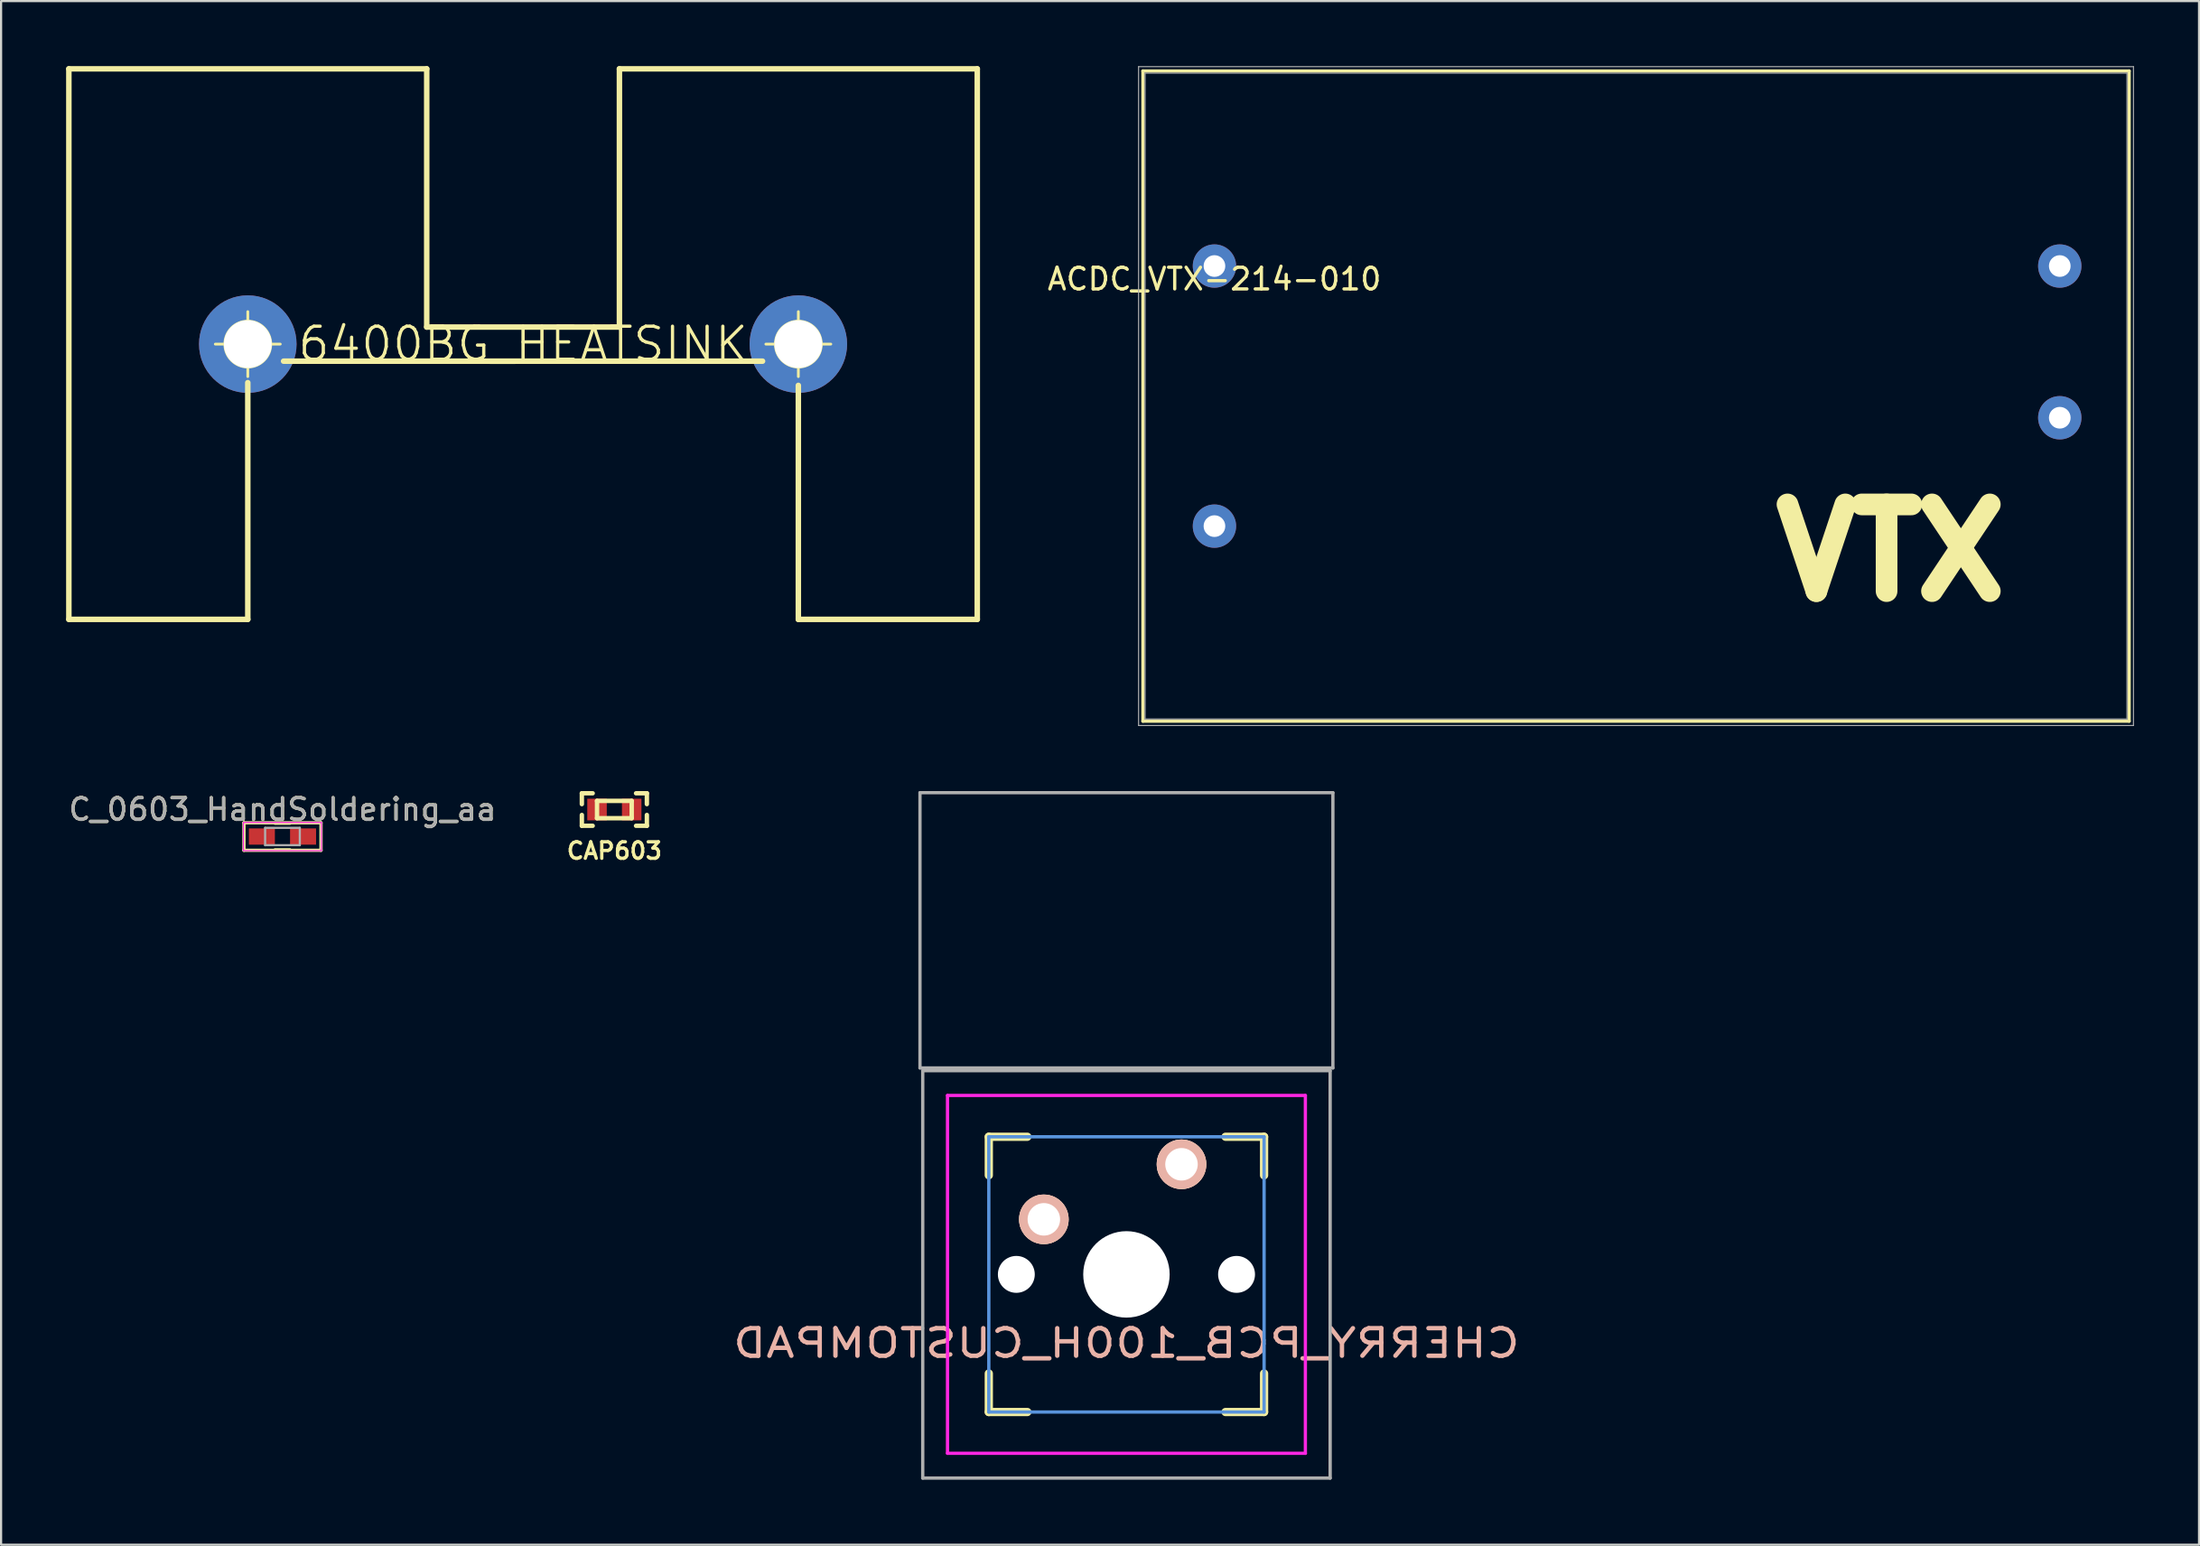
<source format=kicad_pcb>
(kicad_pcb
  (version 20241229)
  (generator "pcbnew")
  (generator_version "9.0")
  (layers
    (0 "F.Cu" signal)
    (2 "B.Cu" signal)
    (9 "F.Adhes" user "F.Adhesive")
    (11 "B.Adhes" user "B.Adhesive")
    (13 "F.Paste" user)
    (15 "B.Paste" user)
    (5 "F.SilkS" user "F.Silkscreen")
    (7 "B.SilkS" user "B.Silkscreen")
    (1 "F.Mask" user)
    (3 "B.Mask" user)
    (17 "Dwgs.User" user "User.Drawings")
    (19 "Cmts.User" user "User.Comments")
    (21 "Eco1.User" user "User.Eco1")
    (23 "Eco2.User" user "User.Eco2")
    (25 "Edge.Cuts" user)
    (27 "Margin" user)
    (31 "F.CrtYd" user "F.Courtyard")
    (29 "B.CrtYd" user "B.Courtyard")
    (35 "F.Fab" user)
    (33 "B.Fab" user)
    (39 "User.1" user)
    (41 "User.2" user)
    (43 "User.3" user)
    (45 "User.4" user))
  (footprint "CHERRY_PCB_100H_CUSTOMPAD"
    (layer "F.Cu")
    (at 48.919 55.75)
    (property "Reference" "CHERRY_PCB_100H_CUSTOMPAD" (at 0 3.175 0) (layer "B.SilkS") (effects (font (size 1.27 1.524) (thickness 0.203)) (justify mirror)))
    (attr through_hole)
    (fp_line (start -6.35 -6.35) (end -4.572 -6.35) (stroke (width 0.381) (type solid)) (layer "F.SilkS"))
    (fp_line (start -6.35 -4.572) (end -6.35 -6.35) (stroke (width 0.381) (type solid)) (layer "F.SilkS"))
    (fp_line (start -6.35 6.35) (end -6.35 4.572) (stroke (width 0.381) (type solid)) (layer "F.SilkS"))
    (fp_line (start -4.572 6.35) (end -6.35 6.35) (stroke (width 0.381) (type solid)) (layer "F.SilkS"))
    (fp_line (start 4.572 -6.35) (end 6.35 -6.35) (stroke (width 0.381) (type solid)) (layer "F.SilkS"))
    (fp_line (start 6.35 -6.35) (end 6.35 -4.572) (stroke (width 0.381) (type solid)) (layer "F.SilkS"))
    (fp_line (start 6.35 4.572) (end 6.35 6.35) (stroke (width 0.381) (type solid)) (layer "F.SilkS"))
    (fp_line (start 6.35 6.35) (end 4.572 6.35) (stroke (width 0.381) (type solid)) (layer "F.SilkS"))
    (fp_line (start -6.35 -6.35) (end 6.35 -6.35) (stroke (width 0.152) (type solid)) (layer "Cmts.User"))
    (fp_line (start -6.35 6.35) (end -6.35 -6.35) (stroke (width 0.152) (type solid)) (layer "Cmts.User"))
    (fp_line (start 6.35 -6.35) (end 6.35 6.35) (stroke (width 0.152) (type solid)) (layer "Cmts.User"))
    (fp_line (start 6.35 6.35) (end -6.35 6.35) (stroke (width 0.152) (type solid)) (layer "Cmts.User"))
    (fp_line (start -6.985 -6.985) (end 6.985 -6.985) (stroke (width 0.152) (type solid)) (layer "Eco2.User"))
    (fp_line (start -6.985 6.985) (end -6.985 -6.985) (stroke (width 0.152) (type solid)) (layer "Eco2.User"))
    (fp_line (start 6.985 -6.985) (end 6.985 6.985) (stroke (width 0.152) (type solid)) (layer "Eco2.User"))
    (fp_line (start 6.985 6.985) (end -6.985 6.985) (stroke (width 0.152) (type solid)) (layer "Eco2.User"))
    (fp_line (start -8.255 -8.255) (end 8.255 -8.255) (stroke (width 0.15) (type solid)) (layer "F.CrtYd"))
    (fp_line (start -8.255 8.255) (end -8.255 -8.255) (stroke (width 0.15) (type solid)) (layer "F.CrtYd"))
    (fp_line (start 8.255 -8.255) (end 8.255 8.255) (stroke (width 0.15) (type solid)) (layer "F.CrtYd"))
    (fp_line (start 8.255 8.255) (end -8.255 8.255) (stroke (width 0.15) (type solid)) (layer "F.CrtYd"))
    (fp_line (start -9.525 -22.225) (end -9.525 -9.525) (stroke (width 0.15) (type solid)) (layer "F.Fab"))
    (fp_line (start -9.525 -9.525) (end 9.525 -9.525) (stroke (width 0.15) (type solid)) (layer "F.Fab"))
    (fp_line (start -9.398 -9.398) (end 9.398 -9.398) (stroke (width 0.152) (type solid)) (layer "F.Fab"))
    (fp_line (start -9.398 9.398) (end -9.398 -9.398) (stroke (width 0.152) (type solid)) (layer "F.Fab"))
    (fp_line (start 9.398 -9.398) (end 9.398 9.398) (stroke (width 0.152) (type solid)) (layer "F.Fab"))
    (fp_line (start 9.398 9.398) (end -9.398 9.398) (stroke (width 0.152) (type solid)) (layer "F.Fab"))
    (fp_line (start 9.525 -22.225) (end -9.525 -22.225) (stroke (width 0.15) (type solid)) (layer "F.Fab"))
    (fp_line (start 9.525 -9.525) (end 9.525 -22.225) (stroke (width 0.15) (type solid)) (layer "F.Fab"))
    (pad "" np_thru_hole circle (at -5.08 0) (size 1.702 1.702) (drill 1.702) (layers "*.Cu"))
    (pad "" np_thru_hole circle (at 0 0) (size 3.988 3.988) (drill 3.988) (layers "*.Cu"))
    (pad "" np_thru_hole circle (at 5.08 0) (size 1.702 1.702) (drill 1.702) (layers "*.Cu"))
    (pad "1" thru_hole circle (at 2.54 -5.08) (size 2.286 2.286) (drill 1.499) (layers "*.Cu" "*.SilkS" "*.Mask"))
    (pad "2" thru_hole circle (at -3.81 -2.54) (size 2.286 2.286) (drill 1.499) (layers "*.Cu" "*.SilkS" "*.Mask")))
  (footprint "C_0603_HandSoldering_aa"
    (layer "F.Cu")
    (at 9.982 35.548)
    (property "Reference" "C_0603_HandSoldering_aa" (at 0 -1.25 0) (layer "F.SilkS") (effects (font (size 1 1) (thickness 0.15))))
    (attr smd)
    (fp_line (start -1.778 -0.635) (end 1.778 -0.635) (stroke (width 0.15) (type solid)) (layer "F.SilkS"))
    (fp_line (start -1.778 0.635) (end -1.778 -0.635) (stroke (width 0.15) (type solid)) (layer "F.SilkS"))
    (fp_line (start -0.35 -0.6) (end 0.35 -0.6) (stroke (width 0.12) (type solid)) (layer "F.SilkS"))
    (fp_line (start 0.35 0.6) (end -0.35 0.6) (stroke (width 0.12) (type solid)) (layer "F.SilkS"))
    (fp_line (start 1.778 -0.635) (end 1.778 0.635) (stroke (width 0.15) (type solid)) (layer "F.SilkS"))
    (fp_line (start 1.778 0.635) (end -1.778 0.635) (stroke (width 0.15) (type solid)) (layer "F.SilkS"))
    (fp_line (start -1.8 -0.65) (end -1.8 0.65) (stroke (width 0.05) (type solid)) (layer "F.CrtYd"))
    (fp_line (start -1.8 -0.65) (end 1.8 -0.65) (stroke (width 0.05) (type solid)) (layer "F.CrtYd"))
    (fp_line (start 1.8 0.65) (end -1.8 0.65) (stroke (width 0.05) (type solid)) (layer "F.CrtYd"))
    (fp_line (start 1.8 0.65) (end 1.8 -0.65) (stroke (width 0.05) (type solid)) (layer "F.CrtYd"))
    (fp_line (start -0.8 -0.4) (end 0.8 -0.4) (stroke (width 0.1) (type solid)) (layer "F.Fab"))
    (fp_line (start -0.8 0.4) (end -0.8 -0.4) (stroke (width 0.1) (type solid)) (layer "F.Fab"))
    (fp_line (start 0.8 -0.4) (end 0.8 0.4) (stroke (width 0.1) (type solid)) (layer "F.Fab"))
    (fp_line (start 0.8 0.4) (end -0.8 0.4) (stroke (width 0.1) (type solid)) (layer "F.Fab"))
    (fp_text user "${REFERENCE}" (at 0 -1.25 0) (layer "F.Fab") (effects (font (size 1 1) (thickness 0.15))))
    (pad "1" smd rect (at -0.95 0) (size 1.2 0.75) (layers "F.Cu" "F.Mask" "F.Paste"))
    (pad "2" smd rect (at 0.95 0) (size 1.2 0.75) (layers "F.Cu" "F.Mask" "F.Paste")))
  (footprint "CAP603"
    (layer "F.Cu")
    (at 25.294 34.302)
    (property "Reference" "CAP603" (at 0 1.905 0) (layer "F.SilkS") (effects (font (size 0.762 0.762) (thickness 0.152))))
    (attr through_hole)
    (fp_line (start -1.5 -0.75) (end -1 -0.75) (stroke (width 0.203) (type solid)) (layer "F.SilkS"))
    (fp_line (start -1.5 -0.25) (end -1.5 -0.75) (stroke (width 0.203) (type solid)) (layer "F.SilkS"))
    (fp_line (start -1.5 0.75) (end -1.5 0.25) (stroke (width 0.203) (type solid)) (layer "F.SilkS"))
    (fp_line (start -1 0.75) (end -1.5 0.75) (stroke (width 0.203) (type solid)) (layer "F.SilkS"))
    (fp_line (start -0.8 -0.4) (end -0.8 0.4) (stroke (width 0.203) (type solid)) (layer "F.SilkS"))
    (fp_line (start -0.8 0.4) (end 0.8 0.4) (stroke (width 0.203) (type solid)) (layer "F.SilkS"))
    (fp_line (start 0.8 -0.4) (end -0.8 -0.4) (stroke (width 0.203) (type solid)) (layer "F.SilkS"))
    (fp_line (start 0.8 0.4) (end 0.8 -0.4) (stroke (width 0.203) (type solid)) (layer "F.SilkS"))
    (fp_line (start 1.5 -0.75) (end 1 -0.75) (stroke (width 0.203) (type solid)) (layer "F.SilkS"))
    (fp_line (start 1.5 -0.75) (end 1.5 -0.25) (stroke (width 0.203) (type solid)) (layer "F.SilkS"))
    (fp_line (start 1.5 0.25) (end 1.5 0.75) (stroke (width 0.203) (type solid)) (layer "F.SilkS"))
    (fp_line (start 1.5 0.75) (end 1 0.75) (stroke (width 0.203) (type solid)) (layer "F.SilkS"))
    (pad "1" smd rect (at -0.8 0) (size 0.9 1) (layers "F.Cu" "F.Mask" "F.Paste"))
    (pad "2" smd rect (at 0.8 0) (size 0.9 1) (layers "F.Cu" "F.Mask" "F.Paste")))
  (footprint "ACDC_VTX-214-010"
    (layer "F.Cu")
    (at 52.979 21.125)
    (property "Reference" "ACDC_VTX-214-010" (at 0 -11.3 0) (layer "F.SilkS") (effects (font (size 1 1) (thickness 0.15))))
    (attr through_hole)
    (fp_line (start -3.3 -20.9) (end -3.3 9.1) (stroke (width 0.15) (type solid)) (layer "F.SilkS"))
    (fp_line (start -3.3 -20.9) (end 42.2 -20.9) (stroke (width 0.15) (type solid)) (layer "F.SilkS"))
    (fp_line (start -3.3 9.1) (end 42.2 9.1) (stroke (width 0.15) (type solid)) (layer "F.SilkS"))
    (fp_line (start 42.2 -20.9) (end 42.2 9.1) (stroke (width 0.15) (type solid)) (layer "F.SilkS"))
    (fp_line (start -3.5 -21.1) (end -3.5 9.3) (stroke (width 0.05) (type solid)) (layer "F.Fab"))
    (fp_line (start -3.5 9.3) (end 42.4 9.3) (stroke (width 0.05) (type solid)) (layer "F.Fab"))
    (fp_line (start -3.2 -20.8) (end -3.2 9) (stroke (width 0.05) (type solid)) (layer "F.Fab"))
    (fp_line (start -3.2 9) (end 42.1 9) (stroke (width 0.05) (type solid)) (layer "F.Fab"))
    (fp_line (start 42.1 -20.8) (end -3.2 -20.8) (stroke (width 0.05) (type solid)) (layer "F.Fab"))
    (fp_line (start 42.1 9) (end 42.1 -20.8) (stroke (width 0.05) (type solid)) (layer "F.Fab"))
    (fp_line (start 42.4 -21.1) (end -3.5 -21.1) (stroke (width 0.05) (type solid)) (layer "F.Fab"))
    (fp_line (start 42.4 9.3) (end 42.4 -21.1) (stroke (width 0.05) (type solid)) (layer "F.Fab"))
    (fp_text user "VTX" (at 31.2 1.3 0) (layer "F.SilkS") (effects (font (size 4 4) (thickness 1))))
    (pad "1" thru_hole circle (at 0 0.1) (size 2 2) (drill 1) (layers "*.Cu" "*.Mask"))
    (pad "2" thru_hole circle (at 0 -11.9) (size 2 2) (drill 1) (layers "*.Cu" "*.Mask"))
    (pad "3" thru_hole circle (at 39 -11.9) (size 2 2) (drill 1) (layers "*.Cu" "*.Mask"))
    (pad "4" thru_hole circle (at 39 -4.9) (size 2 2) (drill 1) (layers "*.Cu" "*.Mask")))
  (footprint "6400BG_HEATSINK"
    (layer "F.Cu")
    (at 21.082 12.827)
    (property "Reference" "6400BG_HEATSINK" (at 0 0 0) (layer "F.SilkS") (effects (font (size 1.524 1.524) (thickness 0.15))))
    (attr exclude_from_pos_files exclude_from_bom)
    (fp_line (start -20.955 -12.7) (end -4.445 -12.7) (stroke (width 0.254) (type solid)) (layer "F.SilkS"))
    (fp_line (start -20.955 12.7) (end -20.955 -12.7) (stroke (width 0.254) (type solid)) (layer "F.SilkS"))
    (fp_line (start -14.199 0) (end -11.201 0) (stroke (width 0.127) (type solid)) (layer "F.SilkS"))
    (fp_line (start -12.7 1.499) (end -12.7 -1.499) (stroke (width 0.127) (type solid)) (layer "F.SilkS"))
    (fp_line (start -12.7 1.778) (end -12.7 12.7) (stroke (width 0.254) (type solid)) (layer "F.SilkS"))
    (fp_line (start -12.7 12.7) (end -20.955 12.7) (stroke (width 0.254) (type solid)) (layer "F.SilkS"))
    (fp_line (start -11.049 0.787) (end 11.049 0.787) (stroke (width 0.254) (type solid)) (layer "F.SilkS"))
    (fp_line (start -4.445 -12.7) (end -4.445 -0.787) (stroke (width 0.254) (type solid)) (layer "F.SilkS"))
    (fp_line (start -4.445 -0.787) (end 4.445 -0.787) (stroke (width 0.254) (type solid)) (layer "F.SilkS"))
    (fp_line (start 4.445 -12.7) (end 20.955 -12.7) (stroke (width 0.254) (type solid)) (layer "F.SilkS"))
    (fp_line (start 4.445 -0.787) (end 4.445 -12.7) (stroke (width 0.254) (type solid)) (layer "F.SilkS"))
    (fp_line (start 11.201 0) (end 14.199 0) (stroke (width 0.127) (type solid)) (layer "F.SilkS"))
    (fp_line (start 12.7 1.499) (end 12.7 -1.499) (stroke (width 0.127) (type solid)) (layer "F.SilkS"))
    (fp_line (start 12.7 1.905) (end 12.7 12.7) (stroke (width 0.254) (type solid)) (layer "F.SilkS"))
    (fp_line (start 12.7 12.7) (end 20.955 12.7) (stroke (width 0.254) (type solid)) (layer "F.SilkS"))
    (fp_line (start 20.955 12.7) (end 20.955 -12.7) (stroke (width 0.254) (type solid)) (layer "F.SilkS"))
    (fp_circle (center -12.7 0) (end -13.449 0.749) (stroke (width 0.127) (type solid)) (fill no) (layer "F.SilkS"))
    (fp_circle (center 12.7 0) (end 13.449 0.749) (stroke (width 0.127) (type solid)) (fill no) (layer "F.SilkS"))
    (pad "1" thru_hole circle (at -12.7 0) (size 4.5 4.5) (drill 2.2) (layers "*.Cu" "*.Mask"))
    (pad "1" thru_hole circle (at 12.7 0) (size 4.5 4.5) (drill 2.2) (layers "*.Cu" "*.Mask")))
  (gr_rect
    (start -3 -3)
    (end 98.404 68.224)
    (stroke (width 0.1) (type default))
    (fill no)
    (layer "Edge.Cuts")))
</source>
